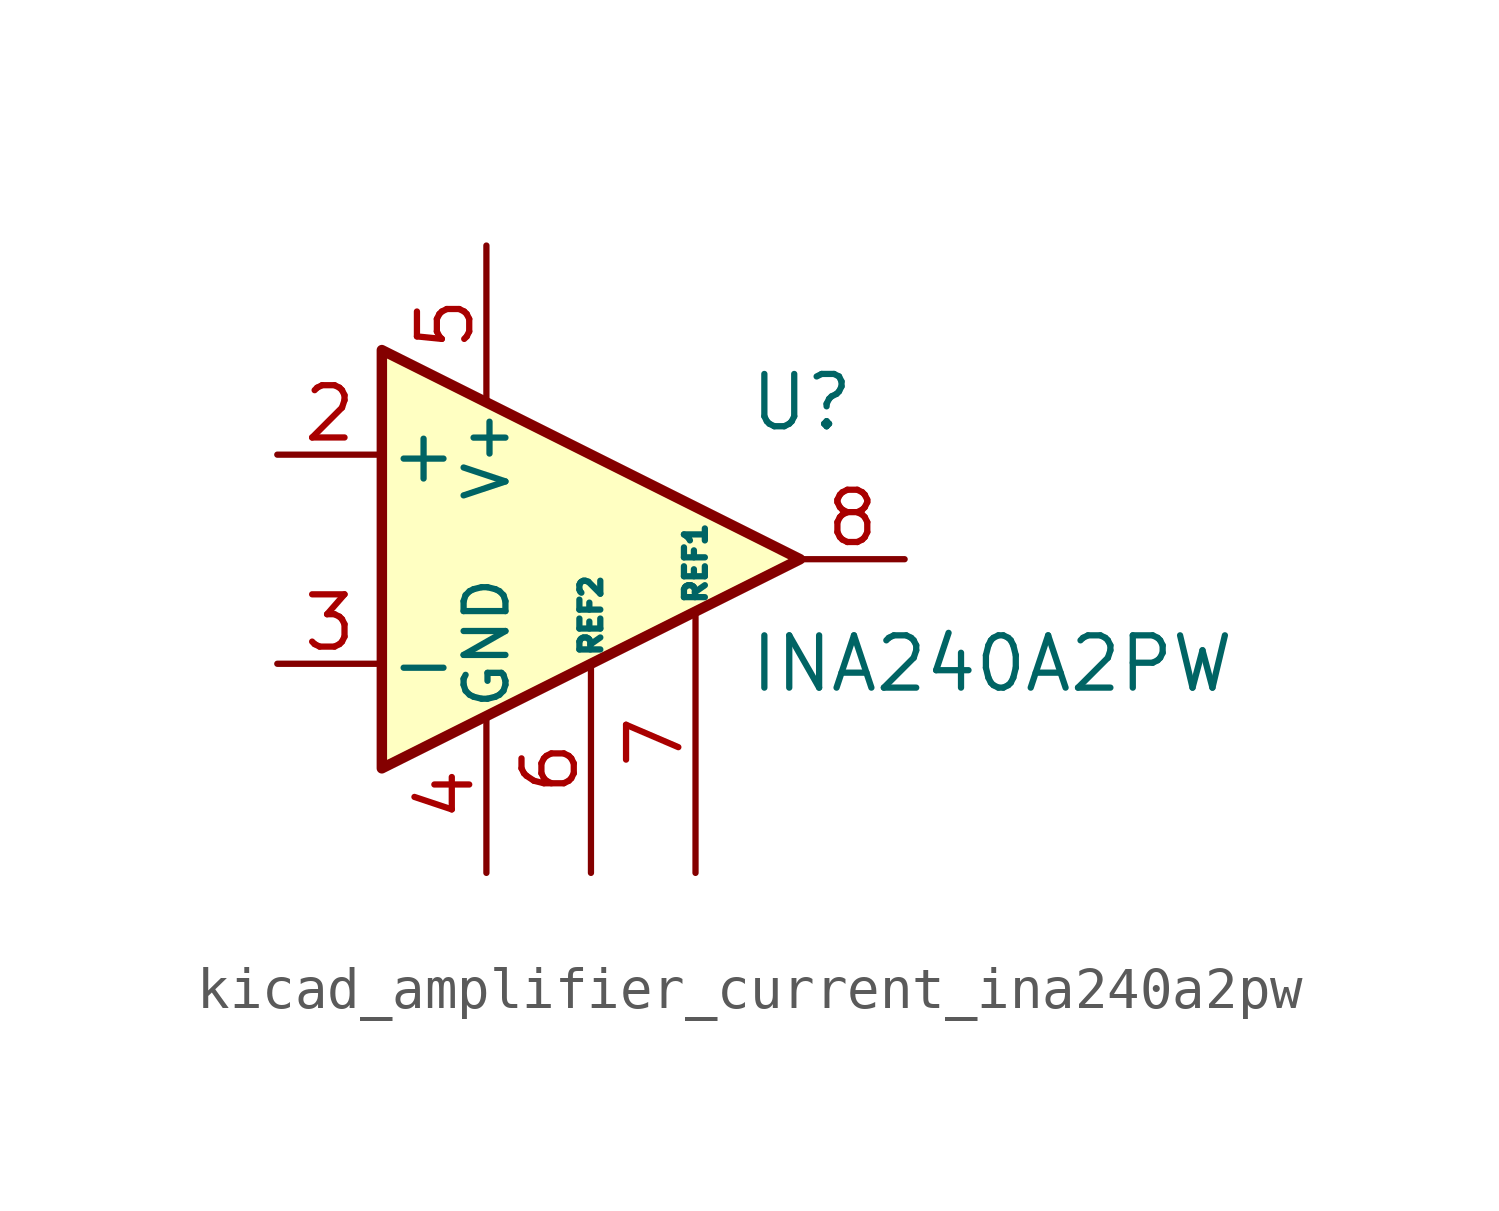
<source format=kicad_sym>
(kicad_symbol_lib
  (version 20220914)
  (generator kicad_symbol_editor)
  (symbol "kicad_amplifier_current_ina240a2pw"
    (pin_names
      (offset 0.127))
    (property "Reference" "U"
      (at 3.81 3.81 0)
      (effects (font (size 1.27 1.27)) (justify left)))
    (property "Value" "INA240A2PW"
      (at 3.81 -2.54 0)
      (effects (font (size 1.27 1.27)) (justify left)))
    (symbol "kicad_amplifier_current_ina240a2pw_0_1"
      (polyline (pts (xy 5.08 0) (xy -5.08 5.08) (xy -5.08 -5.08) (xy 5.08 0)) (stroke (width 0.254) (type default)) (fill (type background))))
    (symbol "kicad_amplifier_current_ina240a2pw_1_1"
      (pin passive line (at -2.54 -7.62 90) (length 3.81) hide (name "GND" (effects (font (size 1.016 1.016)))) (number "1" (effects (font (size 1.27 1.27)))))
      (pin input line (at -7.62 2.54 0) (length 2.54) (name "+" (effects (font (size 1.27 1.27)))) (number "2" (effects (font (size 1.27 1.27)))))
      (pin input line (at -7.62 -2.54 0) (length 2.54) (name "-" (effects (font (size 1.27 1.27)))) (number "3" (effects (font (size 1.27 1.27)))))
      (pin power_in line (at -2.54 -7.62 90) (length 3.81) (name "GND" (effects (font (size 1.016 1.016)))) (number "4" (effects (font (size 1.27 1.27)))))
      (pin power_in line (at -2.54 7.62 270) (length 3.81) (name "V+" (effects (font (size 1.016 1.016)))) (number "5" (effects (font (size 1.27 1.27)))))
      (pin passive line (at 0 -7.62 90) (length 5.08) (name "REF2" (effects (font (size 0.508 0.508)))) (number "6" (effects (font (size 1.27 1.27)))))
      (pin passive line (at 2.54 -7.62 90) (length 6.35) (name "REF1" (effects (font (size 0.508 0.508)))) (number "7" (effects (font (size 1.27 1.27)))))
      (pin output line (at 7.62 0 180) (length 2.54) (name "~" (effects (font (size 1.27 1.27)))) (number "8" (effects (font (size 1.27 1.27))))))))
</source>
